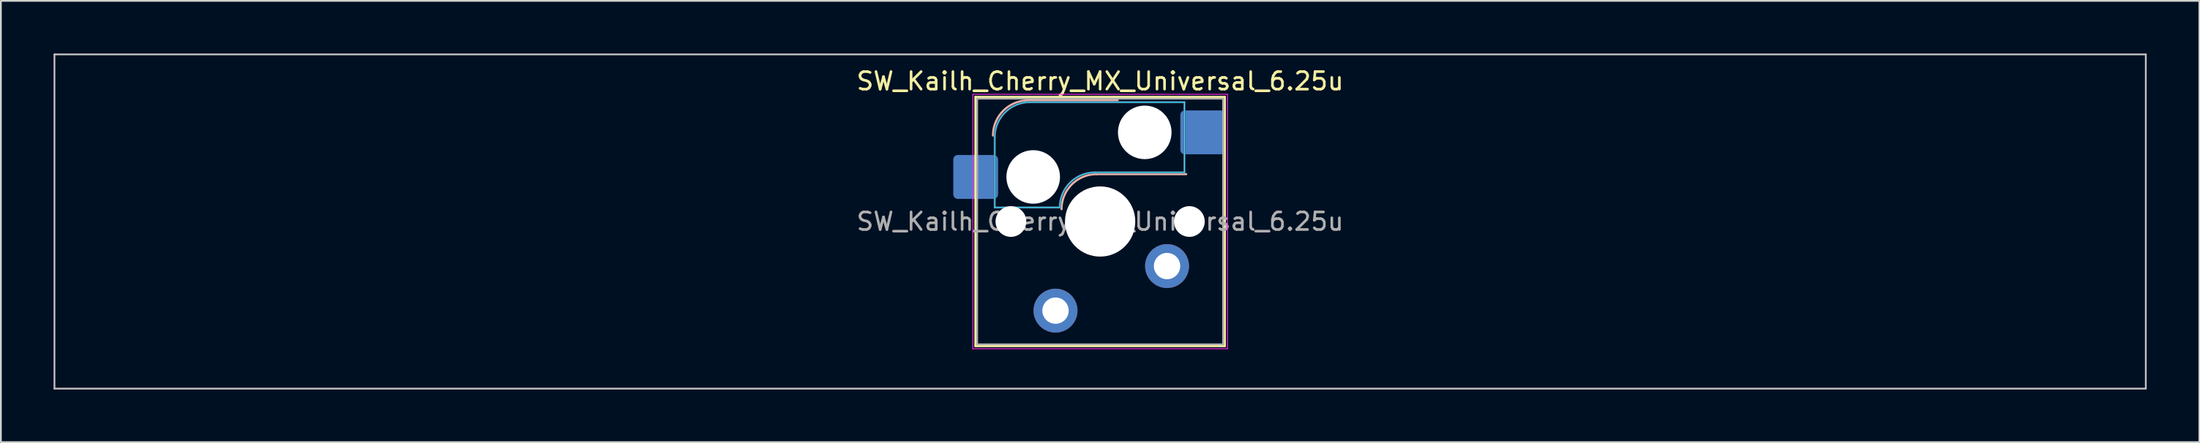
<source format=kicad_pcb>
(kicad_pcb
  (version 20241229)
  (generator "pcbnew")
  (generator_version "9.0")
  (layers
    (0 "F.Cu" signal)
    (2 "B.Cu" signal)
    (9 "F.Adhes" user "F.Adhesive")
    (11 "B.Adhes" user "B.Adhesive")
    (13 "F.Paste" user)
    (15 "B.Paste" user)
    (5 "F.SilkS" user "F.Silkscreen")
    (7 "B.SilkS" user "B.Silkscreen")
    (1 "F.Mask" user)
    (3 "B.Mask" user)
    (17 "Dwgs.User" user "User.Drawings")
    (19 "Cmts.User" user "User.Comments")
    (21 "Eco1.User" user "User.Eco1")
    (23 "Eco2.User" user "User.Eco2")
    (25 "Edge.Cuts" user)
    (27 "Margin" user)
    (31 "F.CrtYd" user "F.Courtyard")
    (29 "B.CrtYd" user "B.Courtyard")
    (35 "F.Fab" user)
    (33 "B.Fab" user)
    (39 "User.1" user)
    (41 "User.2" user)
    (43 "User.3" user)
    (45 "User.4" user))
  (footprint "SW_Kailh_Cherry_MX_Universal_6.25u"
    (layer "F.Cu")
    (at 59.581 9.575)
    (property "Reference" "SW_Kailh_Cherry_MX_Universal_6.25u" (at 0 -8 0) (layer "F.SilkS") (effects (font (size 1 1) (thickness 0.15))))
    (attr through_hole)
    (fp_line (start -7.1 -7.1) (end -7.1 7.1) (stroke (width 0.12) (type solid)) (layer "F.SilkS"))
    (fp_line (start -7.1 7.1) (end 7.1 7.1) (stroke (width 0.12) (type solid)) (layer "F.SilkS"))
    (fp_line (start 7.1 -7.1) (end -7.1 -7.1) (stroke (width 0.12) (type solid)) (layer "F.SilkS"))
    (fp_line (start 7.1 7.1) (end 7.1 -7.1) (stroke (width 0.12) (type solid)) (layer "F.SilkS"))
    (fp_line (start -4.1 -6.9) (end 1 -6.9) (stroke (width 0.12) (type solid)) (layer "B.SilkS"))
    (fp_line (start -0.2 -2.7) (end 4.9 -2.7) (stroke (width 0.12) (type solid)) (layer "B.SilkS"))
    (fp_arc (start -6.1 -4.9) (mid -5.514214 -6.314214) (end -4.1 -6.9) (stroke (width 0.12) (type solid)) (layer "B.SilkS"))
    (fp_arc (start -2.2 -0.7) (mid -1.614214 -2.114214) (end -0.2 -2.7) (stroke (width 0.12) (type solid)) (layer "B.SilkS"))
    (fp_line (start -59.531 -9.525) (end -59.531 9.525) (stroke (width 0.1) (type solid)) (layer "Dwgs.User"))
    (fp_line (start -59.531 9.525) (end 59.531 9.525) (stroke (width 0.1) (type solid)) (layer "Dwgs.User"))
    (fp_line (start 59.531 -9.525) (end -59.531 -9.525) (stroke (width 0.1) (type solid)) (layer "Dwgs.User"))
    (fp_line (start 59.531 9.525) (end 59.531 -9.525) (stroke (width 0.1) (type solid)) (layer "Dwgs.User"))
    (fp_line (start -7.8 -6) (end -7 -6) (stroke (width 0.1) (type solid)) (layer "Eco1.User"))
    (fp_line (start -7.8 -2.9) (end -7.8 -6) (stroke (width 0.1) (type solid)) (layer "Eco1.User"))
    (fp_line (start -7.8 2.9) (end -7 2.9) (stroke (width 0.1) (type solid)) (layer "Eco1.User"))
    (fp_line (start -7.8 6) (end -7.8 2.9) (stroke (width 0.1) (type solid)) (layer "Eco1.User"))
    (fp_line (start -7 -7) (end 7 -7) (stroke (width 0.1) (type solid)) (layer "Eco1.User"))
    (fp_line (start -7 -6) (end -7 -7) (stroke (width 0.1) (type solid)) (layer "Eco1.User"))
    (fp_line (start -7 -2.9) (end -7.8 -2.9) (stroke (width 0.1) (type solid)) (layer "Eco1.User"))
    (fp_line (start -7 2.9) (end -7 -2.9) (stroke (width 0.1) (type solid)) (layer "Eco1.User"))
    (fp_line (start -7 6) (end -7.8 6) (stroke (width 0.1) (type solid)) (layer "Eco1.User"))
    (fp_line (start -7 7) (end -7 6) (stroke (width 0.1) (type solid)) (layer "Eco1.User"))
    (fp_line (start 7 -7) (end 7 -6) (stroke (width 0.1) (type solid)) (layer "Eco1.User"))
    (fp_line (start 7 -6) (end 7.8 -6) (stroke (width 0.1) (type solid)) (layer "Eco1.User"))
    (fp_line (start 7 -2.9) (end 7 2.9) (stroke (width 0.1) (type solid)) (layer "Eco1.User"))
    (fp_line (start 7 2.9) (end 7.8 2.9) (stroke (width 0.1) (type solid)) (layer "Eco1.User"))
    (fp_line (start 7 6) (end 7 7) (stroke (width 0.1) (type solid)) (layer "Eco1.User"))
    (fp_line (start 7 7) (end -7 7) (stroke (width 0.1) (type solid)) (layer "Eco1.User"))
    (fp_line (start 7.8 -6) (end 7.8 -2.9) (stroke (width 0.1) (type solid)) (layer "Eco1.User"))
    (fp_line (start 7.8 -2.9) (end 7 -2.9) (stroke (width 0.1) (type solid)) (layer "Eco1.User"))
    (fp_line (start 7.8 2.9) (end 7.8 6) (stroke (width 0.1) (type solid)) (layer "Eco1.User"))
    (fp_line (start 7.8 6) (end 7 6) (stroke (width 0.1) (type solid)) (layer "Eco1.User"))
    (fp_line (start -6 -0.8) (end -6 -4.8) (stroke (width 0.05) (type solid)) (layer "B.CrtYd"))
    (fp_line (start -6 -0.8) (end -2.3 -0.8) (stroke (width 0.05) (type solid)) (layer "B.CrtYd"))
    (fp_line (start -4 -6.8) (end 4.8 -6.8) (stroke (width 0.05) (type solid)) (layer "B.CrtYd"))
    (fp_line (start -0.3 -2.8) (end 4.8 -2.8) (stroke (width 0.05) (type solid)) (layer "B.CrtYd"))
    (fp_line (start 4.8 -6.8) (end 4.8 -2.8) (stroke (width 0.05) (type solid)) (layer "B.CrtYd"))
    (fp_arc (start -6 -4.8) (mid -5.414214 -6.214214) (end -4 -6.8) (stroke (width 0.05) (type solid)) (layer "B.CrtYd"))
    (fp_arc (start -2.3 -0.8) (mid -1.714214 -2.214214) (end -0.3 -2.8) (stroke (width 0.05) (type solid)) (layer "B.CrtYd"))
    (fp_line (start -7.25 -7.25) (end -7.25 7.25) (stroke (width 0.05) (type solid)) (layer "F.CrtYd"))
    (fp_line (start -7.25 7.25) (end 7.25 7.25) (stroke (width 0.05) (type solid)) (layer "F.CrtYd"))
    (fp_line (start 7.25 -7.25) (end -7.25 -7.25) (stroke (width 0.05) (type solid)) (layer "F.CrtYd"))
    (fp_line (start 7.25 7.25) (end 7.25 -7.25) (stroke (width 0.05) (type solid)) (layer "F.CrtYd"))
    (fp_line (start -6 -0.8) (end -6 -4.8) (stroke (width 0.12) (type solid)) (layer "B.Fab"))
    (fp_line (start -6 -0.8) (end -2.3 -0.8) (stroke (width 0.12) (type solid)) (layer "B.Fab"))
    (fp_line (start -4 -6.8) (end 4.8 -6.8) (stroke (width 0.12) (type solid)) (layer "B.Fab"))
    (fp_line (start -0.3 -2.8) (end 4.8 -2.8) (stroke (width 0.12) (type solid)) (layer "B.Fab"))
    (fp_line (start 4.8 -6.8) (end 4.8 -2.8) (stroke (width 0.12) (type solid)) (layer "B.Fab"))
    (fp_arc (start -6 -4.8) (mid -5.414214 -6.214214) (end -4 -6.8) (stroke (width 0.12) (type solid)) (layer "B.Fab"))
    (fp_arc (start -2.3 -0.8) (mid -1.714214 -2.214214) (end -0.3 -2.8) (stroke (width 0.12) (type solid)) (layer "B.Fab"))
    (fp_line (start -7 -7) (end -7 7) (stroke (width 0.1) (type solid)) (layer "F.Fab"))
    (fp_line (start -7 7) (end 7 7) (stroke (width 0.1) (type solid)) (layer "F.Fab"))
    (fp_line (start 7 -7) (end -7 -7) (stroke (width 0.1) (type solid)) (layer "F.Fab"))
    (fp_line (start 7 7) (end 7 -7) (stroke (width 0.1) (type solid)) (layer "F.Fab"))
    (fp_text user "${REFERENCE}" (at 0 0 0) (layer "F.Fab") (effects (font (size 1 1) (thickness 0.15))))
    (pad "" np_thru_hole circle (at -5.08 0) (size 1.75 1.75) (drill 1.75) (layers "*.Cu" "*.Mask"))
    (pad "" np_thru_hole circle (at -3.81 -2.54) (size 3.05 3.05) (drill 3.05) (layers "*.Cu" "*.Mask"))
    (pad "" np_thru_hole circle (at 0 0) (size 4 4) (drill 4) (layers "*.Cu" "*.Mask"))
    (pad "" np_thru_hole circle (at 2.54 -5.08) (size 3.05 3.05) (drill 3.05) (layers "*.Cu" "*.Mask"))
    (pad "" np_thru_hole circle (at 5.08 0) (size 1.75 1.75) (drill 1.75) (layers "*.Cu" "*.Mask"))
    (pad "1" smd roundrect (at -7.085 -2.54) (size 2.55 2.5) (layers "B.Cu" "B.Mask" "B.Paste") (roundrect_rratio 0.1))
    (pad "1" thru_hole circle (at -2.54 5.08) (size 2.5 2.5) (drill 1.5) (layers "*.Cu" "*.Mask"))
    (pad "2" thru_hole circle (at 3.81 2.54) (size 2.5 2.5) (drill 1.5) (layers "*.Cu" "*.Mask"))
    (pad "2" smd roundrect (at 5.842 -5.08) (size 2.55 2.5) (layers "B.Cu" "B.Mask" "B.Paste") (roundrect_rratio 0.1)))
  (gr_rect
    (start -3 -3)
    (end 122.162 22.15)
    (stroke (width 0.1) (type default))
    (fill no)
    (layer "Edge.Cuts")))
</source>
